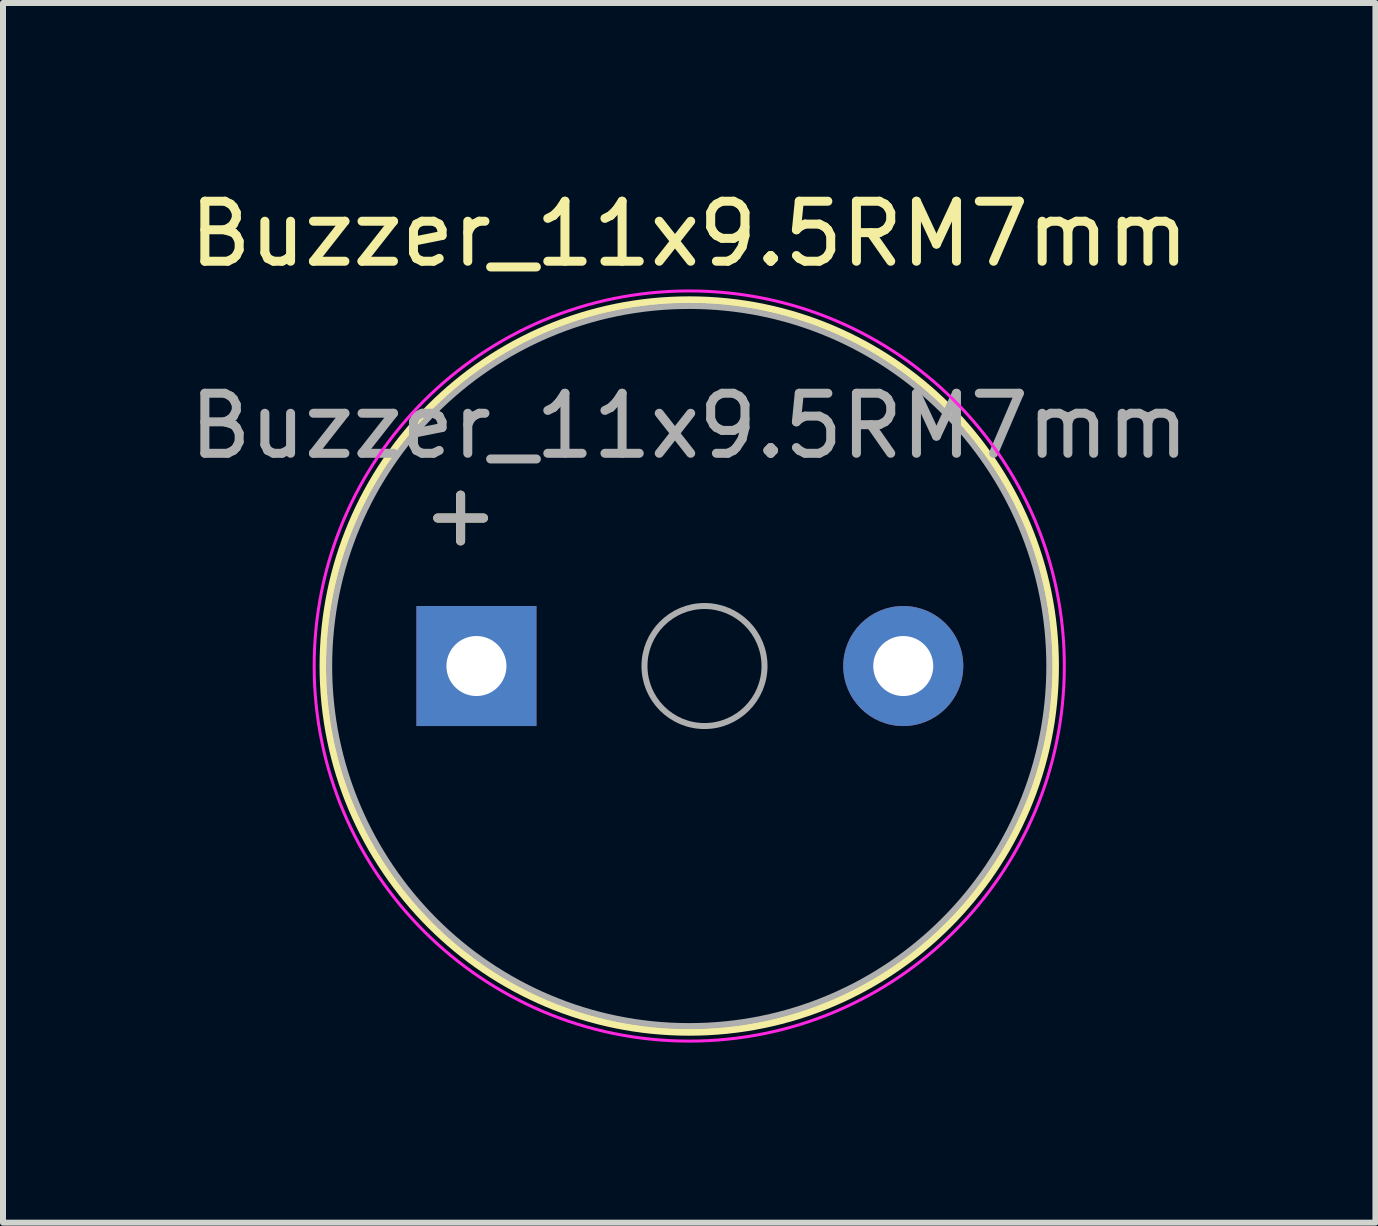
<source format=kicad_pcb>
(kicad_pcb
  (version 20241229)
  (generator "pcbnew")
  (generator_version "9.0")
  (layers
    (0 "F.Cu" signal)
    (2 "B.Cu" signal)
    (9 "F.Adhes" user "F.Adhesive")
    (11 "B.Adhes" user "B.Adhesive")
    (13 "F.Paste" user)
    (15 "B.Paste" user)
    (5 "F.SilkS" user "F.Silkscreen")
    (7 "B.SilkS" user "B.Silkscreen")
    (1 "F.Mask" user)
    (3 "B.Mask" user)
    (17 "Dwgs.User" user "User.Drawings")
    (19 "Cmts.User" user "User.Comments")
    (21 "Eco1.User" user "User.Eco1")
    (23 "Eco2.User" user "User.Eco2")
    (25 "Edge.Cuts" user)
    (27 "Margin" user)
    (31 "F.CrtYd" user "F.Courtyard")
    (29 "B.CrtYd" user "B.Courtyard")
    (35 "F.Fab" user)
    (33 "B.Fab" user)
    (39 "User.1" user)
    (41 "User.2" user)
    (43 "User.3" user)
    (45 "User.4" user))
  (footprint "Buzzer_11x9.5RM7mm"
    (layer "F.Cu")
    (at 4.889 8.048)
    (property "Reference" "Buzzer_11x9.5RM7mm" (at 3.546 -7.2 0) (layer "F.SilkS") (effects (font (size 1 1) (thickness 0.15))))
    (attr through_hole)
    (fp_circle (center 3.546 0) (end 9.646 0) (stroke (width 0.12) (type solid)) (fill no) (layer "F.SilkS"))
    (fp_circle (center 3.546 0) (end 9.796 0) (stroke (width 0.05) (type solid)) (fill no) (layer "F.CrtYd"))
    (fp_circle (center 3.546 0) (end 9.546 0) (stroke (width 0.1) (type solid)) (fill no) (layer "F.Fab"))
    (fp_circle (center 3.8 0) (end 4.8 0) (stroke (width 0.1) (type solid)) (fill no) (layer "F.Fab"))
    (fp_text user "+" (at -0.264 -2.54 0) (layer "F.SilkS") (effects (font (size 1 1) (thickness 0.15))))
    (fp_text user "+" (at -0.264 -2.54 0) (layer "F.Fab") (effects (font (size 1 1) (thickness 0.15))))
    (fp_text user "${REFERENCE}" (at 3.546 -4 0) (layer "F.Fab") (effects (font (size 1 1) (thickness 0.15))))
    (pad "1" thru_hole rect (at 0 0) (size 2 2) (drill 1) (layers "*.Cu" "*.Mask"))
    (pad "2" thru_hole circle (at 7.112 0) (size 2 2) (drill 1) (layers "*.Cu" "*.Mask")))
  (gr_rect
    (start -3 -3)
    (end 19.869 17.323)
    (stroke (width 0.1) (type default))
    (fill no)
    (layer "Edge.Cuts")))
</source>
